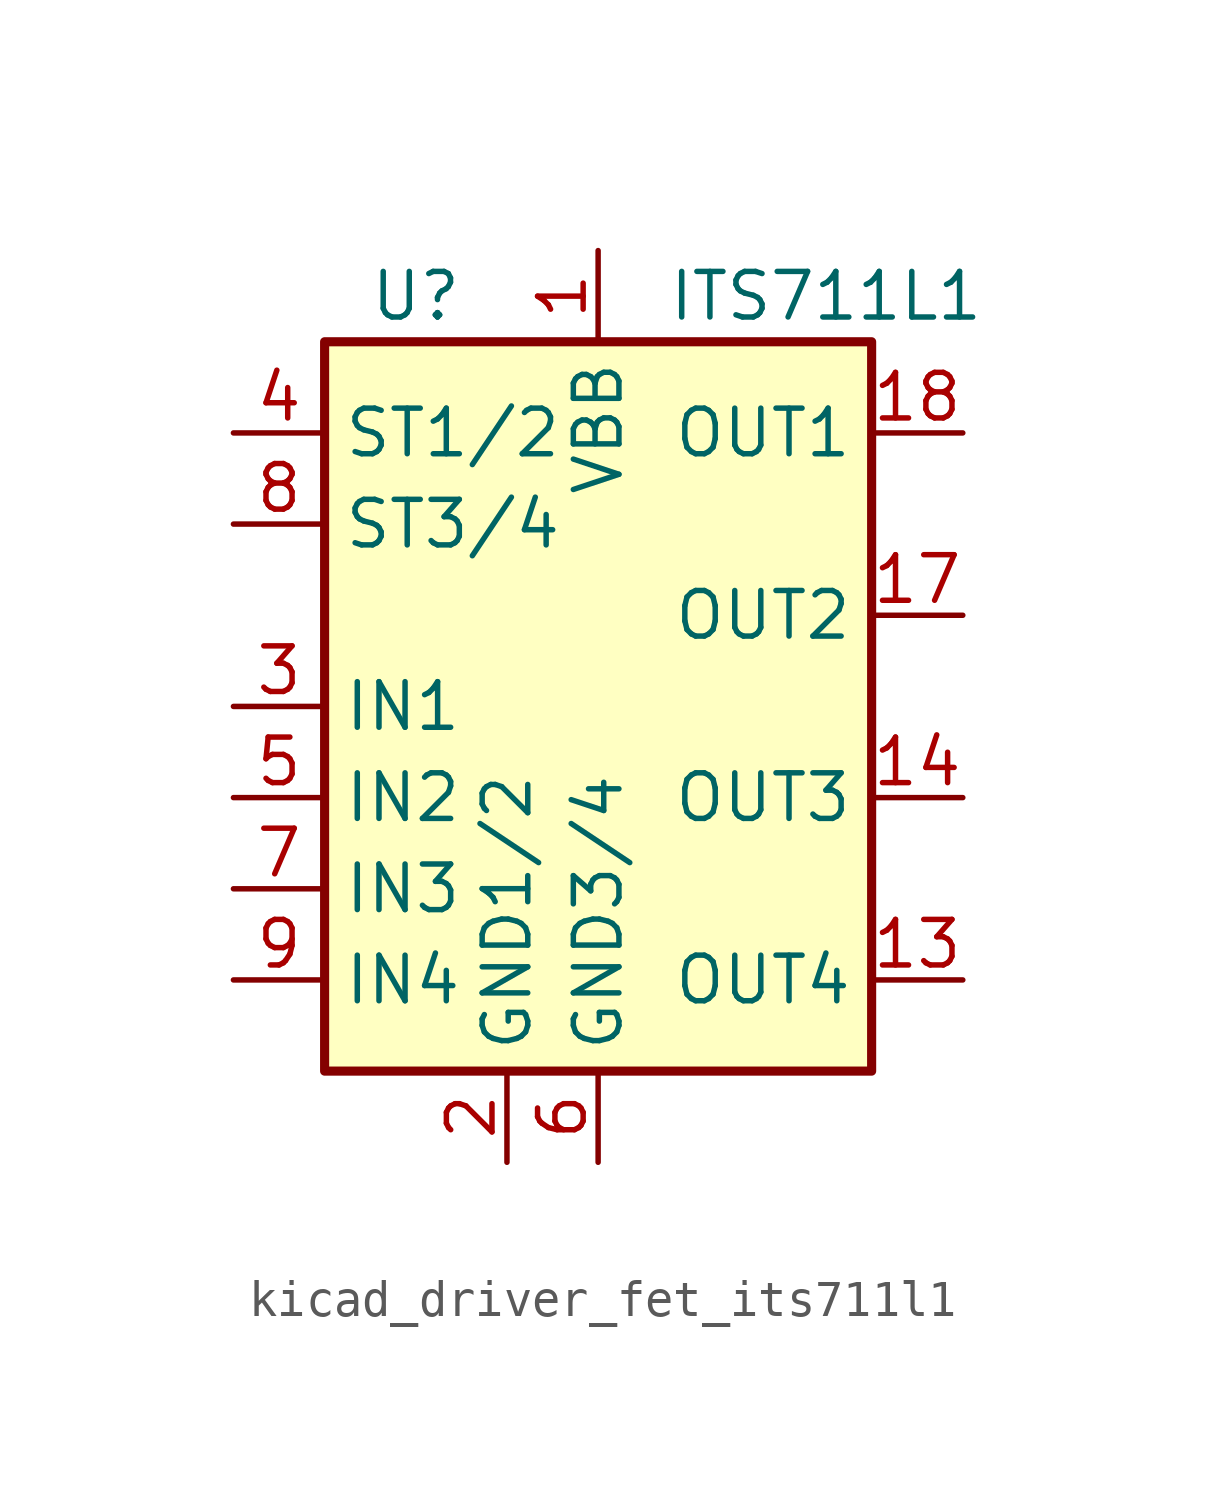
<source format=kicad_sym>
(kicad_symbol_lib
  (version 20220914)
  (generator kicad_symbol_editor)
  (symbol "kicad_driver_fet_its711l1"
    (property "Reference" "U"
      (at -5.08 11.43 0)
      (effects (font (size 1.27 1.27))))
    (property "Value" "ITS711L1"
      (at 6.35 11.43 0)
      (effects (font (size 1.27 1.27))))
    (symbol "kicad_driver_fet_its711l1_0_1"
      (rectangle (start -7.62 10.16) (end 7.62 -10.16) (stroke (width 0.254) (type default)) (fill (type background))))
    (symbol "kicad_driver_fet_its711l1_1_1"
      (pin power_in line (at 0 12.7 270) (length 2.54) (name "VBB" (effects (font (size 1.27 1.27)))) (number "1" (effects (font (size 1.27 1.27)))))
      (pin passive line (at 0 12.7 270) (length 2.54) hide (name "VBB" (effects (font (size 1.27 1.27)))) (number "10" (effects (font (size 1.27 1.27)))))
      (pin passive line (at 0 12.7 270) (length 2.54) hide (name "VBB" (effects (font (size 1.27 1.27)))) (number "11" (effects (font (size 1.27 1.27)))))
      (pin passive line (at 0 12.7 270) (length 2.54) hide (name "VBB" (effects (font (size 1.27 1.27)))) (number "12" (effects (font (size 1.27 1.27)))))
      (pin open_emitter line (at 10.16 -7.62 180) (length 2.54) (name "OUT4" (effects (font (size 1.27 1.27)))) (number "13" (effects (font (size 1.27 1.27)))))
      (pin open_emitter line (at 10.16 -2.54 180) (length 2.54) (name "OUT3" (effects (font (size 1.27 1.27)))) (number "14" (effects (font (size 1.27 1.27)))))
      (pin passive line (at 0 12.7 270) (length 2.54) hide (name "VBB" (effects (font (size 1.27 1.27)))) (number "15" (effects (font (size 1.27 1.27)))))
      (pin passive line (at 0 12.7 270) (length 2.54) hide (name "VBB" (effects (font (size 1.27 1.27)))) (number "16" (effects (font (size 1.27 1.27)))))
      (pin open_emitter line (at 10.16 2.54 180) (length 2.54) (name "OUT2" (effects (font (size 1.27 1.27)))) (number "17" (effects (font (size 1.27 1.27)))))
      (pin open_emitter line (at 10.16 7.62 180) (length 2.54) (name "OUT1" (effects (font (size 1.27 1.27)))) (number "18" (effects (font (size 1.27 1.27)))))
      (pin passive line (at 0 12.7 270) (length 2.54) hide (name "VBB" (effects (font (size 1.27 1.27)))) (number "19" (effects (font (size 1.27 1.27)))))
      (pin power_in line (at -2.54 -12.7 90) (length 2.54) (name "GND1/2" (effects (font (size 1.27 1.27)))) (number "2" (effects (font (size 1.27 1.27)))))
      (pin passive line (at 0 12.7 270) (length 2.54) hide (name "VBB" (effects (font (size 1.27 1.27)))) (number "20" (effects (font (size 1.27 1.27)))))
      (pin input line (at -10.16 0 0) (length 2.54) (name "IN1" (effects (font (size 1.27 1.27)))) (number "3" (effects (font (size 1.27 1.27)))))
      (pin open_collector line (at -10.16 7.62 0) (length 2.54) (name "ST1/2" (effects (font (size 1.27 1.27)))) (number "4" (effects (font (size 1.27 1.27)))))
      (pin input line (at -10.16 -2.54 0) (length 2.54) (name "IN2" (effects (font (size 1.27 1.27)))) (number "5" (effects (font (size 1.27 1.27)))))
      (pin power_in line (at 0 -12.7 90) (length 2.54) (name "GND3/4" (effects (font (size 1.27 1.27)))) (number "6" (effects (font (size 1.27 1.27)))))
      (pin input line (at -10.16 -5.08 0) (length 2.54) (name "IN3" (effects (font (size 1.27 1.27)))) (number "7" (effects (font (size 1.27 1.27)))))
      (pin open_collector line (at -10.16 5.08 0) (length 2.54) (name "ST3/4" (effects (font (size 1.27 1.27)))) (number "8" (effects (font (size 1.27 1.27)))))
      (pin input line (at -10.16 -7.62 0) (length 2.54) (name "IN4" (effects (font (size 1.27 1.27)))) (number "9" (effects (font (size 1.27 1.27))))))))
</source>
